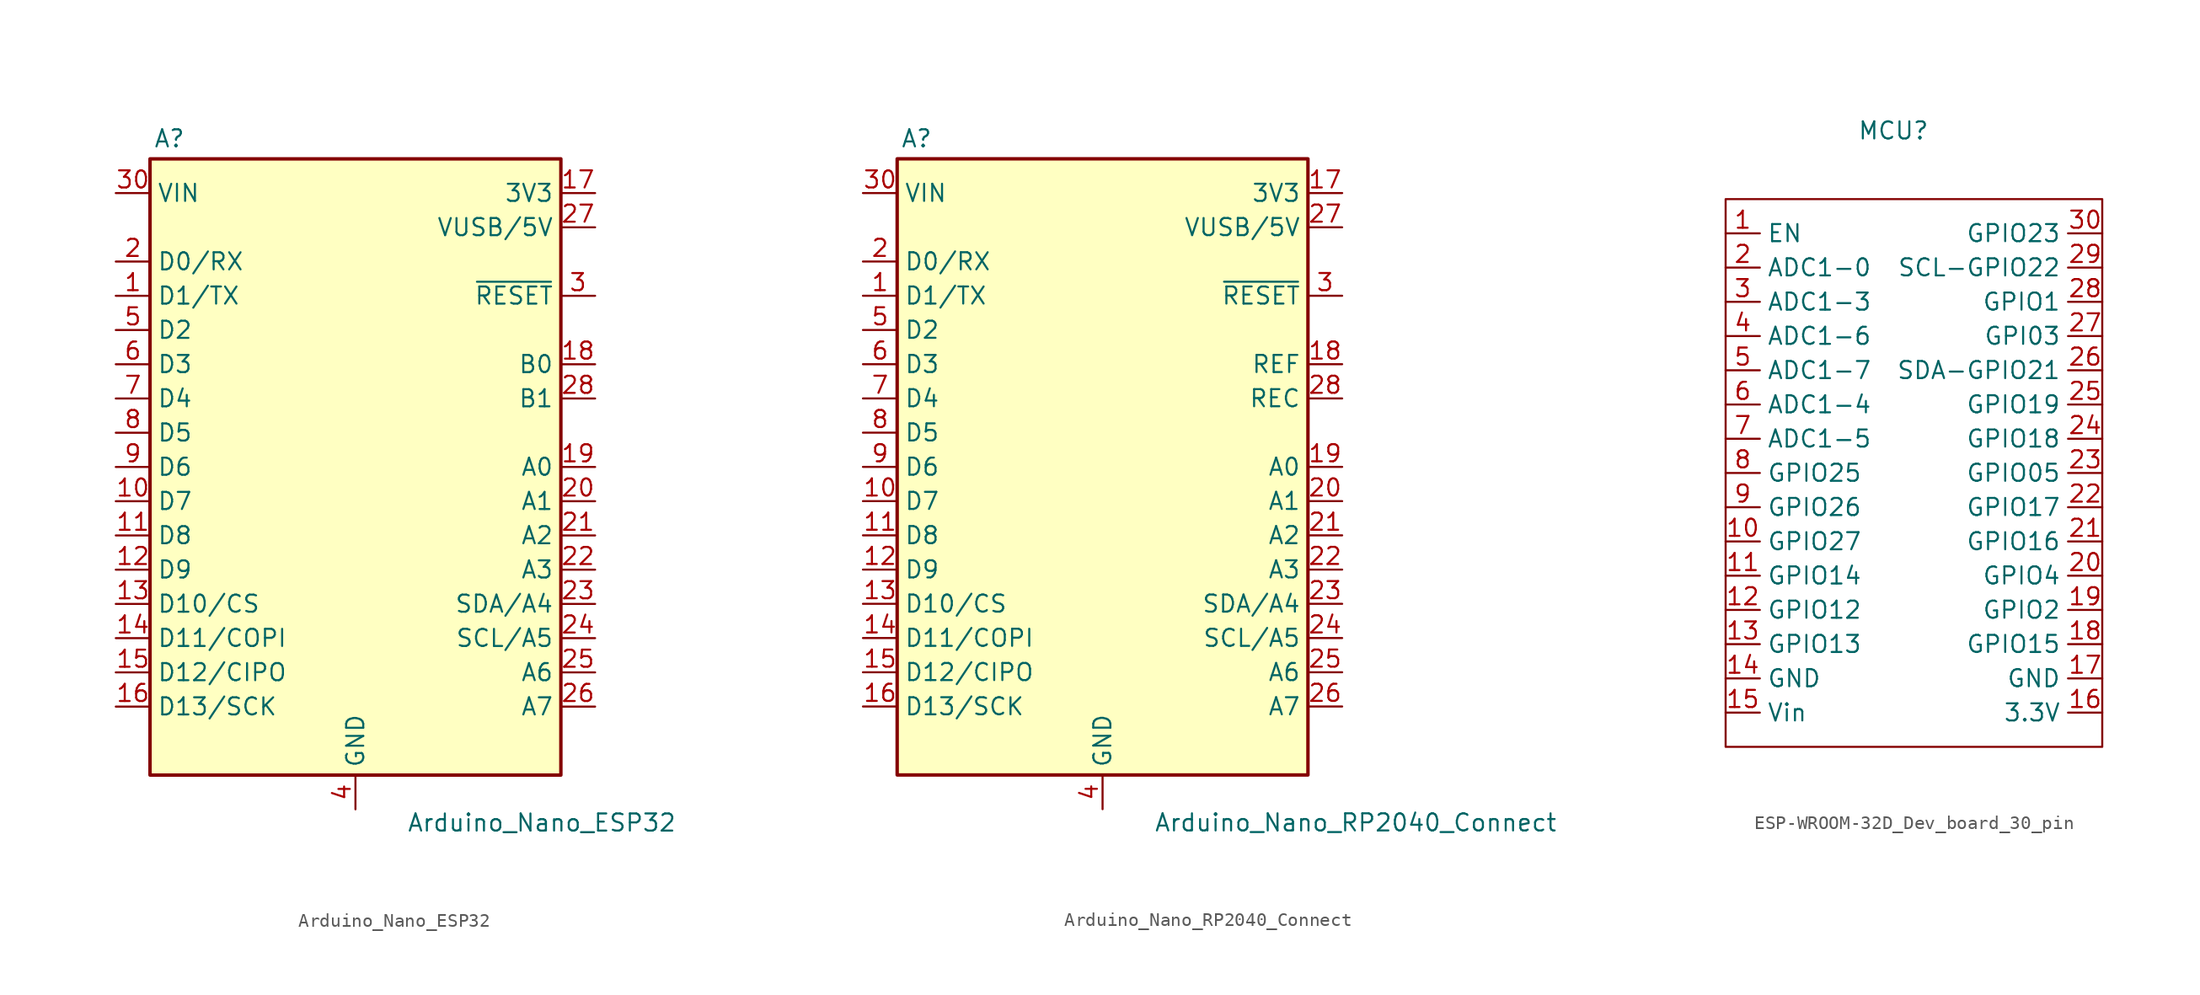
<source format=kicad_sym>
(kicad_symbol_lib
  (version 20231120)
  (generator "kicad_symbol_editor")
  (generator_version "8.0")
  (symbol "Arduino_Nano_ESP32"
    (property "Reference" "A"
      (at -14.986 23.622 0)
      (effects (font (size 1.27 1.27)) (justify left bottom)))
    (property "Value" "Arduino_Nano_ESP32"
      (at 3.81 -25.654 0)
      (effects (font (size 1.27 1.27)) (justify left top)))
    (symbol "Arduino_Nano_ESP32_0_1"
      (rectangle (start -15.24 22.86) (end 15.24 -22.86) (stroke (width 0.254) (type default)) (fill (type background))))
    (symbol "Arduino_Nano_ESP32_1_1"
      (pin bidirectional line (at -17.78 12.7 0) (length 2.54) (name "D1/TX" (effects (font (size 1.27 1.27)))) (number "1" (effects (font (size 1.27 1.27)))))
      (pin bidirectional line (at -17.78 -2.54 0) (length 2.54) (name "D7" (effects (font (size 1.27 1.27)))) (number "10" (effects (font (size 1.27 1.27)))))
      (pin bidirectional line (at -17.78 -5.08 0) (length 2.54) (name "D8" (effects (font (size 1.27 1.27)))) (number "11" (effects (font (size 1.27 1.27)))))
      (pin bidirectional line (at -17.78 -7.62 0) (length 2.54) (name "D9" (effects (font (size 1.27 1.27)))) (number "12" (effects (font (size 1.27 1.27)))))
      (pin bidirectional line (at -17.78 -10.16 0) (length 2.54) (name "D10/CS" (effects (font (size 1.27 1.27)))) (number "13" (effects (font (size 1.27 1.27)))))
      (pin bidirectional line (at -17.78 -12.7 0) (length 2.54) (name "D11/COPI" (effects (font (size 1.27 1.27)))) (number "14" (effects (font (size 1.27 1.27)))))
      (pin bidirectional line (at -17.78 -15.24 0) (length 2.54) (name "D12/CIPO" (effects (font (size 1.27 1.27)))) (number "15" (effects (font (size 1.27 1.27)))))
      (pin bidirectional line (at -17.78 -17.78 0) (length 2.54) (name "D13/SCK" (effects (font (size 1.27 1.27)))) (number "16" (effects (font (size 1.27 1.27)))))
      (pin power_out line (at 17.78 20.32 180) (length 2.54) (name "3V3" (effects (font (size 1.27 1.27)))) (number "17" (effects (font (size 1.27 1.27)))))
      (pin bidirectional line (at 17.78 7.62 180) (length 2.54) (name "B0" (effects (font (size 1.27 1.27)))) (number "18" (effects (font (size 1.27 1.27)))))
      (pin bidirectional line (at 17.78 0 180) (length 2.54) (name "A0" (effects (font (size 1.27 1.27)))) (number "19" (effects (font (size 1.27 1.27)))))
      (pin bidirectional line (at -17.78 15.24 0) (length 2.54) (name "D0/RX" (effects (font (size 1.27 1.27)))) (number "2" (effects (font (size 1.27 1.27)))))
      (pin bidirectional line (at 17.78 -2.54 180) (length 2.54) (name "A1" (effects (font (size 1.27 1.27)))) (number "20" (effects (font (size 1.27 1.27)))))
      (pin bidirectional line (at 17.78 -5.08 180) (length 2.54) (name "A2" (effects (font (size 1.27 1.27)))) (number "21" (effects (font (size 1.27 1.27)))))
      (pin bidirectional line (at 17.78 -7.62 180) (length 2.54) (name "A3" (effects (font (size 1.27 1.27)))) (number "22" (effects (font (size 1.27 1.27)))))
      (pin bidirectional line (at 17.78 -10.16 180) (length 2.54) (name "SDA/A4" (effects (font (size 1.27 1.27)))) (number "23" (effects (font (size 1.27 1.27)))))
      (pin bidirectional line (at 17.78 -12.7 180) (length 2.54) (name "SCL/A5" (effects (font (size 1.27 1.27)))) (number "24" (effects (font (size 1.27 1.27)))))
      (pin bidirectional line (at 17.78 -15.24 180) (length 2.54) (name "A6" (effects (font (size 1.27 1.27)))) (number "25" (effects (font (size 1.27 1.27)))))
      (pin bidirectional line (at 17.78 -17.78 180) (length 2.54) (name "A7" (effects (font (size 1.27 1.27)))) (number "26" (effects (font (size 1.27 1.27)))))
      (pin power_out line (at 17.78 17.78 180) (length 2.54) (name "VUSB/5V" (effects (font (size 1.27 1.27)))) (number "27" (effects (font (size 1.27 1.27)))))
      (pin bidirectional line (at 17.78 5.08 180) (length 2.54) (name "B1" (effects (font (size 1.27 1.27)))) (number "28" (effects (font (size 1.27 1.27)))))
      (pin passive line (at 0 -25.4 90) (length 2.54) hide (name "GND" (effects (font (size 1.27 1.27)))) (number "29" (effects (font (size 1.27 1.27)))))
      (pin input line (at 17.78 12.7 180) (length 2.54) (name "~{RESET}" (effects (font (size 1.27 1.27)))) (number "3" (effects (font (size 1.27 1.27)))))
      (pin power_in line (at -17.78 20.32 0) (length 2.54) (name "VIN" (effects (font (size 1.27 1.27)))) (number "30" (effects (font (size 1.27 1.27)))))
      (pin power_in line (at 0 -25.4 90) (length 2.54) (name "GND" (effects (font (size 1.27 1.27)))) (number "4" (effects (font (size 1.27 1.27)))))
      (pin bidirectional line (at -17.78 10.16 0) (length 2.54) (name "D2" (effects (font (size 1.27 1.27)))) (number "5" (effects (font (size 1.27 1.27)))))
      (pin bidirectional line (at -17.78 7.62 0) (length 2.54) (name "D3" (effects (font (size 1.27 1.27)))) (number "6" (effects (font (size 1.27 1.27)))))
      (pin bidirectional line (at -17.78 5.08 0) (length 2.54) (name "D4" (effects (font (size 1.27 1.27)))) (number "7" (effects (font (size 1.27 1.27)))))
      (pin bidirectional line (at -17.78 2.54 0) (length 2.54) (name "D5" (effects (font (size 1.27 1.27)))) (number "8" (effects (font (size 1.27 1.27)))))
      (pin bidirectional line (at -17.78 0 0) (length 2.54) (name "D6" (effects (font (size 1.27 1.27)))) (number "9" (effects (font (size 1.27 1.27)))))))
  (symbol "Arduino_Nano_RP2040_Connect"
    (property "Reference" "A"
      (at -14.986 23.622 0)
      (effects (font (size 1.27 1.27)) (justify left bottom)))
    (property "Value" "Arduino_Nano_RP2040_Connect"
      (at 3.81 -25.654 0)
      (effects (font (size 1.27 1.27)) (justify left top)))
    (symbol "Arduino_Nano_RP2040_Connect_0_1"
      (rectangle (start -15.24 22.86) (end 15.24 -22.86) (stroke (width 0.254) (type default)) (fill (type background))))
    (symbol "Arduino_Nano_RP2040_Connect_1_1"
      (pin bidirectional line (at -17.78 12.7 0) (length 2.54) (name "D1/TX" (effects (font (size 1.27 1.27)))) (number "1" (effects (font (size 1.27 1.27)))))
      (pin bidirectional line (at -17.78 -2.54 0) (length 2.54) (name "D7" (effects (font (size 1.27 1.27)))) (number "10" (effects (font (size 1.27 1.27)))))
      (pin bidirectional line (at -17.78 -5.08 0) (length 2.54) (name "D8" (effects (font (size 1.27 1.27)))) (number "11" (effects (font (size 1.27 1.27)))))
      (pin bidirectional line (at -17.78 -7.62 0) (length 2.54) (name "D9" (effects (font (size 1.27 1.27)))) (number "12" (effects (font (size 1.27 1.27)))))
      (pin bidirectional line (at -17.78 -10.16 0) (length 2.54) (name "D10/CS" (effects (font (size 1.27 1.27)))) (number "13" (effects (font (size 1.27 1.27)))))
      (pin bidirectional line (at -17.78 -12.7 0) (length 2.54) (name "D11/COPI" (effects (font (size 1.27 1.27)))) (number "14" (effects (font (size 1.27 1.27)))))
      (pin bidirectional line (at -17.78 -15.24 0) (length 2.54) (name "D12/CIPO" (effects (font (size 1.27 1.27)))) (number "15" (effects (font (size 1.27 1.27)))))
      (pin bidirectional line (at -17.78 -17.78 0) (length 2.54) (name "D13/SCK" (effects (font (size 1.27 1.27)))) (number "16" (effects (font (size 1.27 1.27)))))
      (pin power_out line (at 17.78 20.32 180) (length 2.54) (name "3V3" (effects (font (size 1.27 1.27)))) (number "17" (effects (font (size 1.27 1.27)))))
      (pin passive line (at 17.78 7.62 180) (length 2.54) (name "REF" (effects (font (size 1.27 1.27)))) (number "18" (effects (font (size 1.27 1.27)))))
      (pin bidirectional line (at 17.78 0 180) (length 2.54) (name "A0" (effects (font (size 1.27 1.27)))) (number "19" (effects (font (size 1.27 1.27)))))
      (pin bidirectional line (at -17.78 15.24 0) (length 2.54) (name "D0/RX" (effects (font (size 1.27 1.27)))) (number "2" (effects (font (size 1.27 1.27)))))
      (pin bidirectional line (at 17.78 -2.54 180) (length 2.54) (name "A1" (effects (font (size 1.27 1.27)))) (number "20" (effects (font (size 1.27 1.27)))))
      (pin bidirectional line (at 17.78 -5.08 180) (length 2.54) (name "A2" (effects (font (size 1.27 1.27)))) (number "21" (effects (font (size 1.27 1.27)))))
      (pin bidirectional line (at 17.78 -7.62 180) (length 2.54) (name "A3" (effects (font (size 1.27 1.27)))) (number "22" (effects (font (size 1.27 1.27)))))
      (pin bidirectional line (at 17.78 -10.16 180) (length 2.54) (name "SDA/A4" (effects (font (size 1.27 1.27)))) (number "23" (effects (font (size 1.27 1.27)))))
      (pin bidirectional line (at 17.78 -12.7 180) (length 2.54) (name "SCL/A5" (effects (font (size 1.27 1.27)))) (number "24" (effects (font (size 1.27 1.27)))))
      (pin bidirectional line (at 17.78 -15.24 180) (length 2.54) (name "A6" (effects (font (size 1.27 1.27)))) (number "25" (effects (font (size 1.27 1.27)))))
      (pin bidirectional line (at 17.78 -17.78 180) (length 2.54) (name "A7" (effects (font (size 1.27 1.27)))) (number "26" (effects (font (size 1.27 1.27)))))
      (pin power_out line (at 17.78 17.78 180) (length 2.54) (name "VUSB/5V" (effects (font (size 1.27 1.27)))) (number "27" (effects (font (size 1.27 1.27)))))
      (pin input line (at 17.78 5.08 180) (length 2.54) (name "REC" (effects (font (size 1.27 1.27)))) (number "28" (effects (font (size 1.27 1.27)))))
      (pin passive line (at 0 -25.4 90) (length 2.54) hide (name "GND" (effects (font (size 1.27 1.27)))) (number "29" (effects (font (size 1.27 1.27)))))
      (pin input line (at 17.78 12.7 180) (length 2.54) (name "~{RESET}" (effects (font (size 1.27 1.27)))) (number "3" (effects (font (size 1.27 1.27)))))
      (pin power_in line (at -17.78 20.32 0) (length 2.54) (name "VIN" (effects (font (size 1.27 1.27)))) (number "30" (effects (font (size 1.27 1.27)))))
      (pin power_in line (at 0 -25.4 90) (length 2.54) (name "GND" (effects (font (size 1.27 1.27)))) (number "4" (effects (font (size 1.27 1.27)))))
      (pin bidirectional line (at -17.78 10.16 0) (length 2.54) (name "D2" (effects (font (size 1.27 1.27)))) (number "5" (effects (font (size 1.27 1.27)))))
      (pin bidirectional line (at -17.78 7.62 0) (length 2.54) (name "D3" (effects (font (size 1.27 1.27)))) (number "6" (effects (font (size 1.27 1.27)))))
      (pin bidirectional line (at -17.78 5.08 0) (length 2.54) (name "D4" (effects (font (size 1.27 1.27)))) (number "7" (effects (font (size 1.27 1.27)))))
      (pin bidirectional line (at -17.78 2.54 0) (length 2.54) (name "D5" (effects (font (size 1.27 1.27)))) (number "8" (effects (font (size 1.27 1.27)))))
      (pin bidirectional line (at -17.78 0 0) (length 2.54) (name "D6" (effects (font (size 1.27 1.27)))) (number "9" (effects (font (size 1.27 1.27)))))))
  (symbol "ESP-WROOM-32D_Dev_board_30_pin"
    (property "Reference" "MCU"
      (at 12.446 5.08 0)
      (effects (font (size 1.27 1.27))))
    (symbol "ESP-WROOM-32D_Dev_board_30_pin_0_1"
      (rectangle (start 0 0) (end 27.94 -40.64) (stroke (width 0) (type default)) (fill (type none))))
    (symbol "ESP-WROOM-32D_Dev_board_30_pin_1_1"
      (pin input line (at 0 -2.54 0) (length 2.54) (name "EN" (effects (font (size 1.27 1.27)))) (number "1" (effects (font (size 1.27 1.27)))))
      (pin bidirectional line (at 0 -25.4 0) (length 2.54) (name "GPIO27" (effects (font (size 1.27 1.27)))) (number "10" (effects (font (size 1.27 1.27)))))
      (pin bidirectional line (at 0 -27.94 0) (length 2.54) (name "GPIO14" (effects (font (size 1.27 1.27)))) (number "11" (effects (font (size 1.27 1.27)))))
      (pin bidirectional line (at 0 -30.48 0) (length 2.54) (name "GPIO12" (effects (font (size 1.27 1.27)))) (number "12" (effects (font (size 1.27 1.27)))))
      (pin bidirectional line (at 0 -33.02 0) (length 2.54) (name "GPIO13" (effects (font (size 1.27 1.27)))) (number "13" (effects (font (size 1.27 1.27)))))
      (pin bidirectional line (at 0 -35.56 0) (length 2.54) (name "GND" (effects (font (size 1.27 1.27)))) (number "14" (effects (font (size 1.27 1.27)))))
      (pin power_in line (at 0 -38.1 0) (length 2.54) (name "Vin" (effects (font (size 1.27 1.27)))) (number "15" (effects (font (size 1.27 1.27)))))
      (pin power_in line (at 27.94 -38.1 180) (length 2.54) (name "3.3V" (effects (font (size 1.27 1.27)))) (number "16" (effects (font (size 1.27 1.27)))))
      (pin passive line (at 27.94 -35.56 180) (length 2.54) (name "GND" (effects (font (size 1.27 1.27)))) (number "17" (effects (font (size 1.27 1.27)))))
      (pin bidirectional line (at 27.94 -33.02 180) (length 2.54) (name "GPIO15" (effects (font (size 1.27 1.27)))) (number "18" (effects (font (size 1.27 1.27)))))
      (pin bidirectional line (at 27.94 -30.48 180) (length 2.54) (name "GPIO2" (effects (font (size 1.27 1.27)))) (number "19" (effects (font (size 1.27 1.27)))))
      (pin input line (at 0 -5.08 0) (length 2.54) (name "ADC1-0" (effects (font (size 1.27 1.27)))) (number "2" (effects (font (size 1.27 1.27)))))
      (pin bidirectional line (at 27.94 -27.94 180) (length 2.54) (name "GPIO4" (effects (font (size 1.27 1.27)))) (number "20" (effects (font (size 1.27 1.27)))))
      (pin bidirectional line (at 27.94 -25.4 180) (length 2.54) (name "GPIO16" (effects (font (size 1.27 1.27)))) (number "21" (effects (font (size 1.27 1.27)))))
      (pin bidirectional line (at 27.94 -22.86 180) (length 2.54) (name "GPIO17" (effects (font (size 1.27 1.27)))) (number "22" (effects (font (size 1.27 1.27)))))
      (pin bidirectional line (at 27.94 -20.32 180) (length 2.54) (name "GPIO05" (effects (font (size 1.27 1.27)))) (number "23" (effects (font (size 1.27 1.27)))))
      (pin bidirectional line (at 27.94 -17.78 180) (length 2.54) (name "GPIO18" (effects (font (size 1.27 1.27)))) (number "24" (effects (font (size 1.27 1.27)))))
      (pin bidirectional line (at 27.94 -15.24 180) (length 2.54) (name "GPIO19" (effects (font (size 1.27 1.27)))) (number "25" (effects (font (size 1.27 1.27)))))
      (pin bidirectional line (at 27.94 -12.7 180) (length 2.54) (name "SDA-GPIO21" (effects (font (size 1.27 1.27)))) (number "26" (effects (font (size 1.27 1.27)))))
      (pin bidirectional line (at 27.94 -10.16 180) (length 2.54) (name "GPI03" (effects (font (size 1.27 1.27)))) (number "27" (effects (font (size 1.27 1.27)))))
      (pin bidirectional line (at 27.94 -7.62 180) (length 2.54) (name "GPIO1" (effects (font (size 1.27 1.27)))) (number "28" (effects (font (size 1.27 1.27)))))
      (pin bidirectional line (at 27.94 -5.08 180) (length 2.54) (name "SCL-GPIO22" (effects (font (size 1.27 1.27)))) (number "29" (effects (font (size 1.27 1.27)))))
      (pin input line (at 0 -7.62 0) (length 2.54) (name "ADC1-3" (effects (font (size 1.27 1.27)))) (number "3" (effects (font (size 1.27 1.27)))))
      (pin bidirectional line (at 27.94 -2.54 180) (length 2.54) (name "GPIO23" (effects (font (size 1.27 1.27)))) (number "30" (effects (font (size 1.27 1.27)))))
      (pin input line (at 0 -10.16 0) (length 2.54) (name "ADC1-6" (effects (font (size 1.27 1.27)))) (number "4" (effects (font (size 1.27 1.27)))))
      (pin input line (at 0 -12.7 0) (length 2.54) (name "ADC1-7" (effects (font (size 1.27 1.27)))) (number "5" (effects (font (size 1.27 1.27)))))
      (pin bidirectional line (at 0 -15.24 0) (length 2.54) (name "ADC1-4" (effects (font (size 1.27 1.27)))) (number "6" (effects (font (size 1.27 1.27)))))
      (pin bidirectional line (at 0 -17.78 0) (length 2.54) (name "ADC1-5" (effects (font (size 1.27 1.27)))) (number "7" (effects (font (size 1.27 1.27)))))
      (pin bidirectional line (at 0 -20.32 0) (length 2.54) (name "GPIO25" (effects (font (size 1.27 1.27)))) (number "8" (effects (font (size 1.27 1.27)))))
      (pin bidirectional line (at 0 -22.86 0) (length 2.54) (name "GPIO26" (effects (font (size 1.27 1.27)))) (number "9" (effects (font (size 1.27 1.27))))))))
</source>
